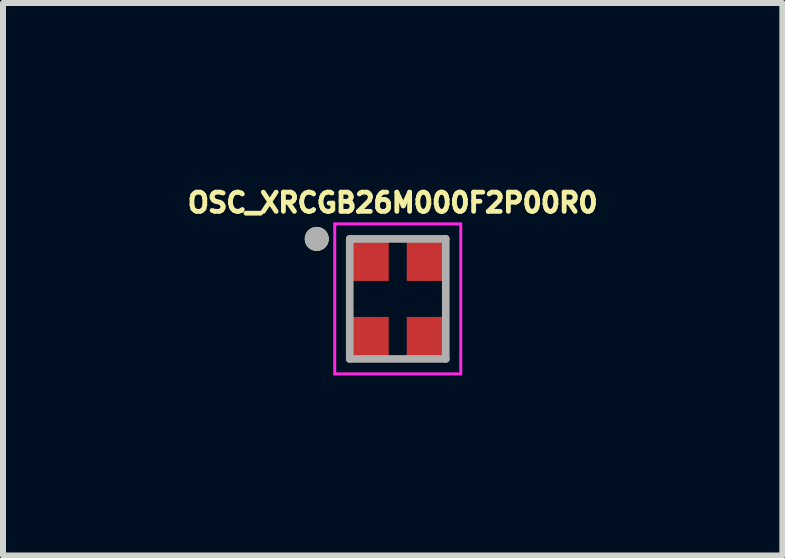
<source format=kicad_pcb>
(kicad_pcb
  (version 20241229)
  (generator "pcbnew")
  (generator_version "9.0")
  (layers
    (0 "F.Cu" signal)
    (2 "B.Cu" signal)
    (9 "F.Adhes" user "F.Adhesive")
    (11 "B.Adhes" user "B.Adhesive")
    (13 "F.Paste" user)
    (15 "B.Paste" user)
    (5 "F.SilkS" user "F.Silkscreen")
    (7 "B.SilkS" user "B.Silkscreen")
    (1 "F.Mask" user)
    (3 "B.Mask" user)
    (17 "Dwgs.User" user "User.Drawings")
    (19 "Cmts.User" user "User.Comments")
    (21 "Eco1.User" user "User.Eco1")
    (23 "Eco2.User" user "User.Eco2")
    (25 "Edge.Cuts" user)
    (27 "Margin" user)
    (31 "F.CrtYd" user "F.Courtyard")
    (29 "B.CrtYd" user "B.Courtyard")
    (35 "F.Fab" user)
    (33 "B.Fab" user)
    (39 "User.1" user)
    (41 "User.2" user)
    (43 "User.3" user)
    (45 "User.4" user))
  (footprint "OSC_XRCGB26M000F2P00R0"
    (layer "F.Cu")
    (at 3.578 1.931)
    (property "Reference" "OSC_XRCGB26M000F2P00R0" (at -0.084 -1.603 0) (layer "F.SilkS") (effects (font (size 0.32 0.32) (thickness 0.15))))
    (attr smd)
    (fp_circle (center -1.35 -1) (end -1.25 -1) (stroke (width 0.2) (type solid)) (fill no) (layer "F.SilkS"))
    (fp_line (start -1.05 -1.25) (end 1.05 -1.25) (stroke (width 0.05) (type solid)) (layer "F.CrtYd"))
    (fp_line (start -1.05 1.25) (end -1.05 -1.25) (stroke (width 0.05) (type solid)) (layer "F.CrtYd"))
    (fp_line (start 1.05 -1.25) (end 1.05 1.25) (stroke (width 0.05) (type solid)) (layer "F.CrtYd"))
    (fp_line (start 1.05 1.25) (end -1.05 1.25) (stroke (width 0.05) (type solid)) (layer "F.CrtYd"))
    (fp_line (start -0.8 -1) (end 0.8 -1) (stroke (width 0.127) (type solid)) (layer "F.Fab"))
    (fp_line (start -0.8 1) (end -0.8 -1) (stroke (width 0.127) (type solid)) (layer "F.Fab"))
    (fp_line (start 0.8 -1) (end 0.8 1) (stroke (width 0.127) (type solid)) (layer "F.Fab"))
    (fp_line (start 0.8 1) (end -0.8 1) (stroke (width 0.127) (type solid)) (layer "F.Fab"))
    (fp_circle (center -1.35 -1) (end -1.25 -1) (stroke (width 0.2) (type solid)) (fill no) (layer "F.Fab"))
    (pad "1" smd rect (at -0.5 -0.675) (size 0.7 0.75) (layers "F.Cu" "F.Mask" "F.Paste"))
    (pad "2" smd rect (at -0.5 0.675) (size 0.7 0.75) (layers "F.Cu" "F.Mask" "F.Paste"))
    (pad "3" smd rect (at 0.5 0.675) (size 0.7 0.75) (layers "F.Cu" "F.Mask" "F.Paste"))
    (pad "4" smd rect (at 0.5 -0.675) (size 0.7 0.75) (layers "F.Cu" "F.Mask" "F.Paste")))
  (gr_rect
    (start -3 -3)
    (end 9.987 6.206)
    (stroke (width 0.1) (type default))
    (fill no)
    (layer "Edge.Cuts")))
</source>
